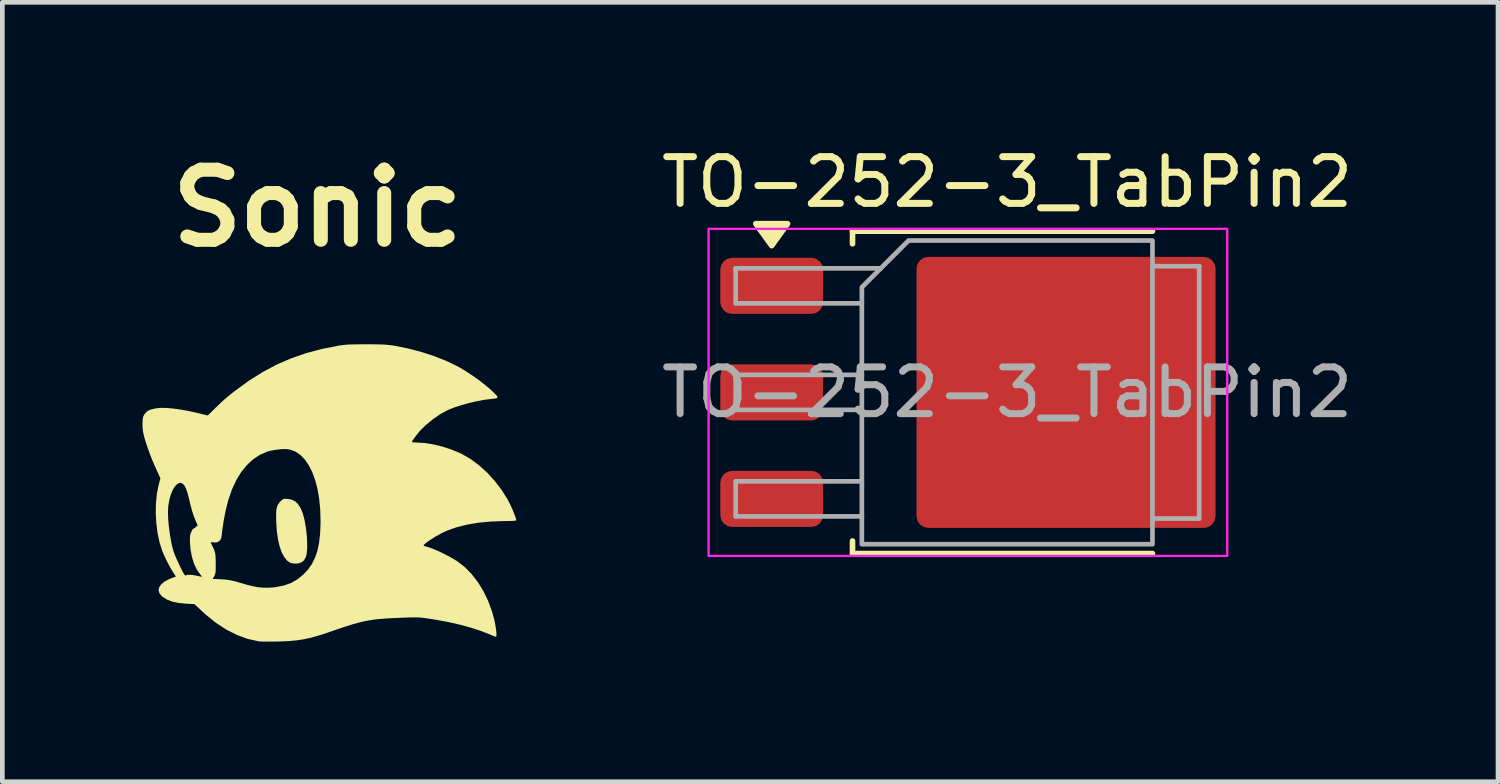
<source format=kicad_pcb>
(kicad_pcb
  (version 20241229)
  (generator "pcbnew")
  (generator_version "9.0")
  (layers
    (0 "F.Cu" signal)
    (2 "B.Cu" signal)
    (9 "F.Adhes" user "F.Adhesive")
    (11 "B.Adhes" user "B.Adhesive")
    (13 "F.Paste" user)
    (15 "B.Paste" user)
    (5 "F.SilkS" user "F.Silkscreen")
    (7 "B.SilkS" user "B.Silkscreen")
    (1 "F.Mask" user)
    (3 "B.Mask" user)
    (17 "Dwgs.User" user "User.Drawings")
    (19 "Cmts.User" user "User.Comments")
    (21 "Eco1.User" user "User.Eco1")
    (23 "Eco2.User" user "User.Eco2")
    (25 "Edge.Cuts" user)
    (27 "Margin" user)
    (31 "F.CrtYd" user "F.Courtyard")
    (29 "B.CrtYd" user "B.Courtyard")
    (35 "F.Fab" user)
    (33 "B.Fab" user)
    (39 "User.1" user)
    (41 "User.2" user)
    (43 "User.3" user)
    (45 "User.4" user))
  (footprint "Sonic"
    (layer "F.Cu")
    (at 3.999 7.5)
    (property "Reference" "Sonic" (at -0.254 -6.096 0) (layer "F.SilkS") (effects (font (size 1.5 1.5) (thickness 0.3))))
    (attr board_only exclude_from_pos_files exclude_from_bom)
    (fp_poly (pts (xy -0.898 0.128) (xy -0.892 0.128) (xy -0.806 0.144) (xy -0.732 0.182) (xy -0.669 0.241) (xy -0.615 0.325) (xy -0.57 0.433) (xy -0.533 0.569) (xy -0.504 0.733) (xy -0.491 0.828) (xy -0.479 0.959) (xy -0.474 1.084) (xy -0.475 1.195) (xy -0.484 1.289) (xy -0.498 1.36) (xy -0.505 1.377) (xy -0.545 1.445) (xy -0.599 1.488) (xy -0.672 1.509) (xy -0.7 1.512) (xy -0.769 1.51) (xy -0.825 1.5) (xy -0.837 1.495) (xy -0.907 1.447) (xy -0.968 1.37) (xy -1.022 1.267) (xy -1.066 1.139) (xy -1.1 0.989) (xy -1.124 0.817) (xy -1.136 0.633) (xy -1.139 0.515) (xy -1.138 0.422) (xy -1.132 0.351) (xy -1.119 0.295) (xy -1.1 0.25) (xy -1.072 0.211) (xy -1.046 0.182) (xy -1.01 0.148) (xy -0.982 0.131) (xy -0.948 0.125)) (stroke (width 0) (type solid)) (fill yes) (layer "F.SilkS"))
    (fp_poly (pts (xy 0.923 -3.181) (xy 1.03 -3.179) (xy 1.118 -3.177) (xy 1.192 -3.174) (xy 1.256 -3.168) (xy 1.318 -3.161) (xy 1.383 -3.151) (xy 1.42 -3.145) (xy 1.704 -3.087) (xy 1.982 -3.013) (xy 2.249 -2.926) (xy 2.498 -2.827) (xy 2.725 -2.719) (xy 2.787 -2.686) (xy 2.923 -2.604) (xy 3.064 -2.511) (xy 3.204 -2.412) (xy 3.334 -2.311) (xy 3.45 -2.213) (xy 3.54 -2.127) (xy 3.58 -2.084) (xy 3.599 -2.055) (xy 3.595 -2.036) (xy 3.567 -2.023) (xy 3.51 -2.015) (xy 3.457 -2.01) (xy 3.314 -1.992) (xy 3.156 -1.962) (xy 2.991 -1.924) (xy 2.83 -1.879) (xy 2.68 -1.831) (xy 2.552 -1.78) (xy 2.54 -1.775) (xy 2.38 -1.689) (xy 2.218 -1.578) (xy 2.062 -1.449) (xy 1.956 -1.346) (xy 1.921 -1.307) (xy 1.882 -1.258) (xy 1.841 -1.205) (xy 1.805 -1.156) (xy 1.779 -1.116) (xy 1.767 -1.093) (xy 1.766 -1.091) (xy 1.781 -1.085) (xy 1.818 -1.08) (xy 1.867 -1.079) (xy 2.039 -1.068) (xy 2.225 -1.039) (xy 2.418 -0.992) (xy 2.609 -0.93) (xy 2.79 -0.855) (xy 2.847 -0.827) (xy 3.031 -0.72) (xy 3.211 -0.585) (xy 3.383 -0.428) (xy 3.543 -0.253) (xy 3.688 -0.064) (xy 3.812 0.134) (xy 3.883 0.272) (xy 3.913 0.338) (xy 3.942 0.408) (xy 3.968 0.475) (xy 3.988 0.532) (xy 4 0.571) (xy 4.001 0.583) (xy 3.993 0.59) (xy 3.966 0.596) (xy 3.916 0.6) (xy 3.841 0.602) (xy 3.74 0.603) (xy 3.456 0.613) (xy 3.19 0.638) (xy 2.943 0.68) (xy 2.718 0.737) (xy 2.517 0.809) (xy 2.419 0.854) (xy 2.342 0.895) (xy 2.264 0.94) (xy 2.189 0.987) (xy 2.122 1.032) (xy 2.067 1.072) (xy 2.031 1.104) (xy 2.016 1.124) (xy 2.016 1.125) (xy 2.03 1.136) (xy 2.063 1.146) (xy 2.066 1.147) (xy 2.136 1.167) (xy 2.226 1.2) (xy 2.329 1.244) (xy 2.438 1.296) (xy 2.548 1.352) (xy 2.652 1.41) (xy 2.743 1.467) (xy 2.743 1.467) (xy 2.901 1.589) (xy 3.048 1.739) (xy 3.181 1.912) (xy 3.3 2.107) (xy 3.402 2.319) (xy 3.485 2.547) (xy 3.524 2.687) (xy 3.543 2.769) (xy 3.558 2.852) (xy 3.569 2.93) (xy 3.576 2.996) (xy 3.577 3.047) (xy 3.572 3.075) (xy 3.566 3.079) (xy 3.545 3.073) (xy 3.503 3.058) (xy 3.448 3.035) (xy 3.428 3.026) (xy 3.241 2.953) (xy 3.028 2.884) (xy 2.793 2.82) (xy 2.541 2.763) (xy 2.276 2.714) (xy 2.116 2.689) (xy 2.044 2.679) (xy 1.981 2.671) (xy 1.921 2.667) (xy 1.859 2.664) (xy 1.788 2.664) (xy 1.702 2.666) (xy 1.594 2.67) (xy 1.517 2.673) (xy 1.349 2.68) (xy 1.203 2.689) (xy 1.072 2.699) (xy 0.953 2.712) (xy 0.841 2.73) (xy 0.729 2.752) (xy 0.614 2.78) (xy 0.49 2.815) (xy 0.353 2.858) (xy 0.197 2.91) (xy 0.018 2.972) (xy -0.016 2.984) (xy -0.205 3.046) (xy -0.376 3.095) (xy -0.538 3.131) (xy -0.7 3.156) (xy -0.869 3.172) (xy -1.057 3.18) (xy -1.118 3.181) (xy -1.221 3.182) (xy -1.316 3.182) (xy -1.398 3.182) (xy -1.462 3.181) (xy -1.501 3.179) (xy -1.508 3.178) (xy -1.743 3.126) (xy -1.974 3.042) (xy -2.201 2.928) (xy -2.424 2.783) (xy -2.644 2.607) (xy -2.743 2.516) (xy -2.885 2.381) (xy -3.064 2.371) (xy -3.227 2.355) (xy -3.364 2.326) (xy -3.477 2.283) (xy -3.568 2.225) (xy -3.591 2.205) (xy -3.638 2.146) (xy -3.655 2.085) (xy -3.643 2.023) (xy -3.604 1.963) (xy -3.538 1.906) (xy -3.446 1.854) (xy -3.401 1.835) (xy -3.285 1.79) (xy -3.344 1.699) (xy -3.388 1.627) (xy -3.438 1.536) (xy -3.489 1.436) (xy -3.535 1.337) (xy -3.573 1.25) (xy -3.579 1.235) (xy -3.635 1.056) (xy -3.677 0.858) (xy -3.704 0.647) (xy -3.715 0.432) (xy -3.715 0.415) (xy -3.454 0.415) (xy -3.45 0.544) (xy -3.439 0.685) (xy -3.421 0.832) (xy -3.398 0.976) (xy -3.372 1.109) (xy -3.343 1.225) (xy -3.32 1.292) (xy -3.298 1.348) (xy -3.265 1.422) (xy -3.227 1.506) (xy -3.188 1.588) (xy -3.186 1.592) (xy -3.145 1.674) (xy -3.114 1.73) (xy -3.092 1.761) (xy -3.078 1.77) (xy -3.074 1.768) (xy -3.043 1.755) (xy -2.988 1.752) (xy -2.916 1.759) (xy -2.837 1.773) (xy -2.785 1.785) (xy -2.746 1.793) (xy -2.73 1.796) (xy -2.731 1.787) (xy -2.749 1.761) (xy -2.765 1.742) (xy -2.837 1.641) (xy -2.896 1.515) (xy -2.941 1.37) (xy -2.97 1.212) (xy -2.981 1.093) (xy -2.982 1.071) (xy -2.536 1.071) (xy -2.533 1.077) (xy -2.495 1.153) (xy -2.467 1.213) (xy -2.45 1.266) (xy -2.439 1.32) (xy -2.434 1.385) (xy -2.432 1.469) (xy -2.432 1.507) (xy -2.432 1.597) (xy -2.433 1.661) (xy -2.437 1.706) (xy -2.444 1.739) (xy -2.454 1.765) (xy -2.464 1.784) (xy -2.497 1.84) (xy -2.316 1.849) (xy -2.232 1.854) (xy -2.16 1.863) (xy -2.088 1.876) (xy -2.008 1.896) (xy -1.915 1.923) (xy -1.765 1.966) (xy -1.638 1.997) (xy -1.526 2.018) (xy -1.423 2.028) (xy -1.322 2.03) (xy -1.217 2.024) (xy -1.143 2.016) (xy -0.971 1.982) (xy -0.818 1.927) (xy -0.679 1.847) (xy -0.56 1.751) (xy -0.458 1.643) (xy -0.374 1.523) (xy -0.307 1.388) (xy -0.255 1.236) (xy -0.219 1.063) (xy -0.197 0.867) (xy -0.188 0.646) (xy -0.188 0.596) (xy -0.195 0.354) (xy -0.217 0.128) (xy -0.253 -0.081) (xy -0.302 -0.27) (xy -0.363 -0.439) (xy -0.437 -0.586) (xy -0.521 -0.71) (xy -0.615 -0.809) (xy -0.72 -0.881) (xy -0.833 -0.925) (xy -0.888 -0.935) (xy -0.966 -0.939) (xy -1.062 -0.933) (xy -1.165 -0.92) (xy -1.263 -0.901) (xy -1.331 -0.883) (xy -1.486 -0.816) (xy -1.631 -0.72) (xy -1.764 -0.597) (xy -1.884 -0.448) (xy -1.991 -0.275) (xy -2.083 -0.077) (xy -2.159 0.142) (xy -2.17 0.182) (xy -2.219 0.377) (xy -2.26 0.585) (xy -2.29 0.787) (xy -2.297 0.844) (xy -2.305 0.915) (xy -2.314 0.963) (xy -2.325 0.994) (xy -2.341 1.016) (xy -2.355 1.029) (xy -2.388 1.053) (xy -2.424 1.061) (xy -2.472 1.059) (xy -2.516 1.056) (xy -2.535 1.06) (xy -2.536 1.071) (xy -2.982 1.071) (xy -2.984 1.011) (xy -2.984 0.953) (xy -2.98 0.91) (xy -2.971 0.875) (xy -2.957 0.839) (xy -2.957 0.839) (xy -2.936 0.797) (xy -2.919 0.771) (xy -2.912 0.766) (xy -2.893 0.757) (xy -2.862 0.734) (xy -2.858 0.73) (xy -2.817 0.695) (xy -2.863 0.594) (xy -2.9 0.501) (xy -2.937 0.389) (xy -2.973 0.252) (xy -3.001 0.133) (xy -3.034 0.006) (xy -3.067 -0.091) (xy -3.103 -0.159) (xy -3.141 -0.2) (xy -3.183 -0.215) (xy -3.211 -0.213) (xy -3.264 -0.184) (xy -3.313 -0.129) (xy -3.358 -0.051) (xy -3.396 0.044) (xy -3.426 0.154) (xy -3.446 0.272) (xy -3.454 0.396) (xy -3.454 0.415) (xy -3.715 0.415) (xy -3.711 0.22) (xy -3.691 0.018) (xy -3.655 -0.166) (xy -3.652 -0.175) (xy -3.616 -0.312) (xy -3.722 -0.545) (xy -3.778 -0.674) (xy -3.832 -0.809) (xy -3.881 -0.944) (xy -3.924 -1.071) (xy -3.959 -1.186) (xy -3.982 -1.281) (xy -3.987 -1.306) (xy -3.996 -1.379) (xy -3.999 -1.463) (xy -3.998 -1.525) (xy -3.992 -1.592) (xy -3.981 -1.639) (xy -3.961 -1.677) (xy -3.947 -1.697) (xy -3.911 -1.737) (xy -3.867 -1.766) (xy -3.81 -1.788) (xy -3.731 -1.806) (xy -3.695 -1.812) (xy -3.599 -1.82) (xy -3.478 -1.818) (xy -3.335 -1.805) (xy -3.174 -1.782) (xy -2.998 -1.75) (xy -2.812 -1.708) (xy -2.79 -1.703) (xy -2.603 -1.657) (xy -2.462 -1.795) (xy -2.378 -1.877) (xy -2.308 -1.944) (xy -2.246 -2) (xy -2.183 -2.054) (xy -2.113 -2.11) (xy -2.029 -2.177) (xy -2.02 -2.184) (xy -1.726 -2.398) (xy -1.432 -2.584) (xy -1.132 -2.744) (xy -0.823 -2.878) (xy -0.501 -2.99) (xy -0.16 -3.081) (xy 0.156 -3.144) (xy 0.225 -3.156) (xy 0.288 -3.164) (xy 0.351 -3.171) (xy 0.419 -3.176) (xy 0.498 -3.178) (xy 0.593 -3.18) (xy 0.711 -3.181) (xy 0.789 -3.181)) (stroke (width 0) (type solid)) (fill yes) (layer "F.SilkS")))
  (footprint "TO-252-3_TabPin2"
    (layer "F.Cu")
    (at 18.507 5.348)
    (property "Reference" "TO-252-3_TabPin2" (at 0 -4.5 0) (layer "F.SilkS") (effects (font (size 1 1) (thickness 0.15))))
    (attr smd)
    (fp_line (start -3.31 -3.45) (end -3.31 -3.18) (stroke (width 0.12) (type solid)) (layer "F.SilkS"))
    (fp_line (start -3.31 3.45) (end -3.31 3.18) (stroke (width 0.12) (type solid)) (layer "F.SilkS"))
    (fp_line (start 3.11 -3.45) (end -3.31 -3.45) (stroke (width 0.12) (type solid)) (layer "F.SilkS"))
    (fp_line (start 3.11 3.45) (end -3.31 3.45) (stroke (width 0.12) (type solid)) (layer "F.SilkS"))
    (fp_poly (pts (xy -5.04 -3.14) (xy -5.38 -3.61) (xy -4.7 -3.61)) (stroke (width 0.12) (type solid)) (fill yes) (layer "F.SilkS"))
    (fp_rect (start -6.39 -3.5) (end 4.71 3.5) (stroke (width 0.05) (type solid)) (fill no) (layer "F.CrtYd"))
    (fp_line (start -5.81 -2.655) (end -5.81 -1.905) (stroke (width 0.1) (type solid)) (layer "F.Fab"))
    (fp_line (start -5.81 -1.905) (end -3.11 -1.905) (stroke (width 0.1) (type solid)) (layer "F.Fab"))
    (fp_line (start -5.81 -0.375) (end -5.81 0.375) (stroke (width 0.1) (type solid)) (layer "F.Fab"))
    (fp_line (start -5.81 0.375) (end -3.11 0.375) (stroke (width 0.1) (type solid)) (layer "F.Fab"))
    (fp_line (start -5.81 1.905) (end -5.81 2.655) (stroke (width 0.1) (type solid)) (layer "F.Fab"))
    (fp_line (start -5.81 2.655) (end -3.11 2.655) (stroke (width 0.1) (type solid)) (layer "F.Fab"))
    (fp_line (start -3.11 -0.375) (end -5.81 -0.375) (stroke (width 0.1) (type solid)) (layer "F.Fab"))
    (fp_line (start -3.11 1.905) (end -5.81 1.905) (stroke (width 0.1) (type solid)) (layer "F.Fab"))
    (fp_line (start -2.705 -2.655) (end -5.81 -2.655) (stroke (width 0.1) (type solid)) (layer "F.Fab"))
    (fp_line (start 3.11 -2.7) (end 4.11 -2.7) (stroke (width 0.1) (type solid)) (layer "F.Fab"))
    (fp_line (start 4.11 -2.7) (end 4.11 2.7) (stroke (width 0.1) (type solid)) (layer "F.Fab"))
    (fp_line (start 4.11 2.7) (end 3.11 2.7) (stroke (width 0.1) (type solid)) (layer "F.Fab"))
    (fp_poly (pts (xy 3.11 -3.25) (xy 3.11 3.25) (xy -3.11 3.25) (xy -3.11 -2.25) (xy -2.11 -3.25)) (stroke (width 0.1) (type solid)) (fill no) (layer "F.Fab"))
    (fp_text user "${REFERENCE}" (at 0 0 0) (layer "F.Fab") (effects (font (size 1 1) (thickness 0.15))))
    (pad "" smd roundrect (at -0.415 -1.525) (size 3.05 2.75) (layers "F.Paste") (roundrect_rratio 0.091))
    (pad "" smd roundrect (at -0.415 1.525) (size 3.05 2.75) (layers "F.Paste") (roundrect_rratio 0.091))
    (pad "" smd roundrect (at 2.935 -1.525) (size 3.05 2.75) (layers "F.Paste") (roundrect_rratio 0.091))
    (pad "" smd roundrect (at 2.935 1.525) (size 3.05 2.75) (layers "F.Paste") (roundrect_rratio 0.091))
    (pad "1" smd roundrect (at -5.04 -2.28) (size 2.2 1.2) (layers "F.Cu" "F.Mask" "F.Paste") (roundrect_rratio 0.208))
    (pad "2" smd roundrect (at -5.04 0) (size 2.2 1.2) (layers "F.Cu" "F.Mask" "F.Paste") (roundrect_rratio 0.208))
    (pad "2" smd roundrect (at 1.26 0) (size 6.4 5.8) (layers "F.Cu" "F.Mask") (roundrect_rratio 0.043))
    (pad "3" smd roundrect (at -5.04 2.28) (size 2.2 1.2) (layers "F.Cu" "F.Mask" "F.Paste") (roundrect_rratio 0.208)))
  (gr_rect
    (start -3 -3)
    (end 29.013 13.682)
    (stroke (width 0.1) (type default))
    (fill no)
    (layer "Edge.Cuts")))
</source>
